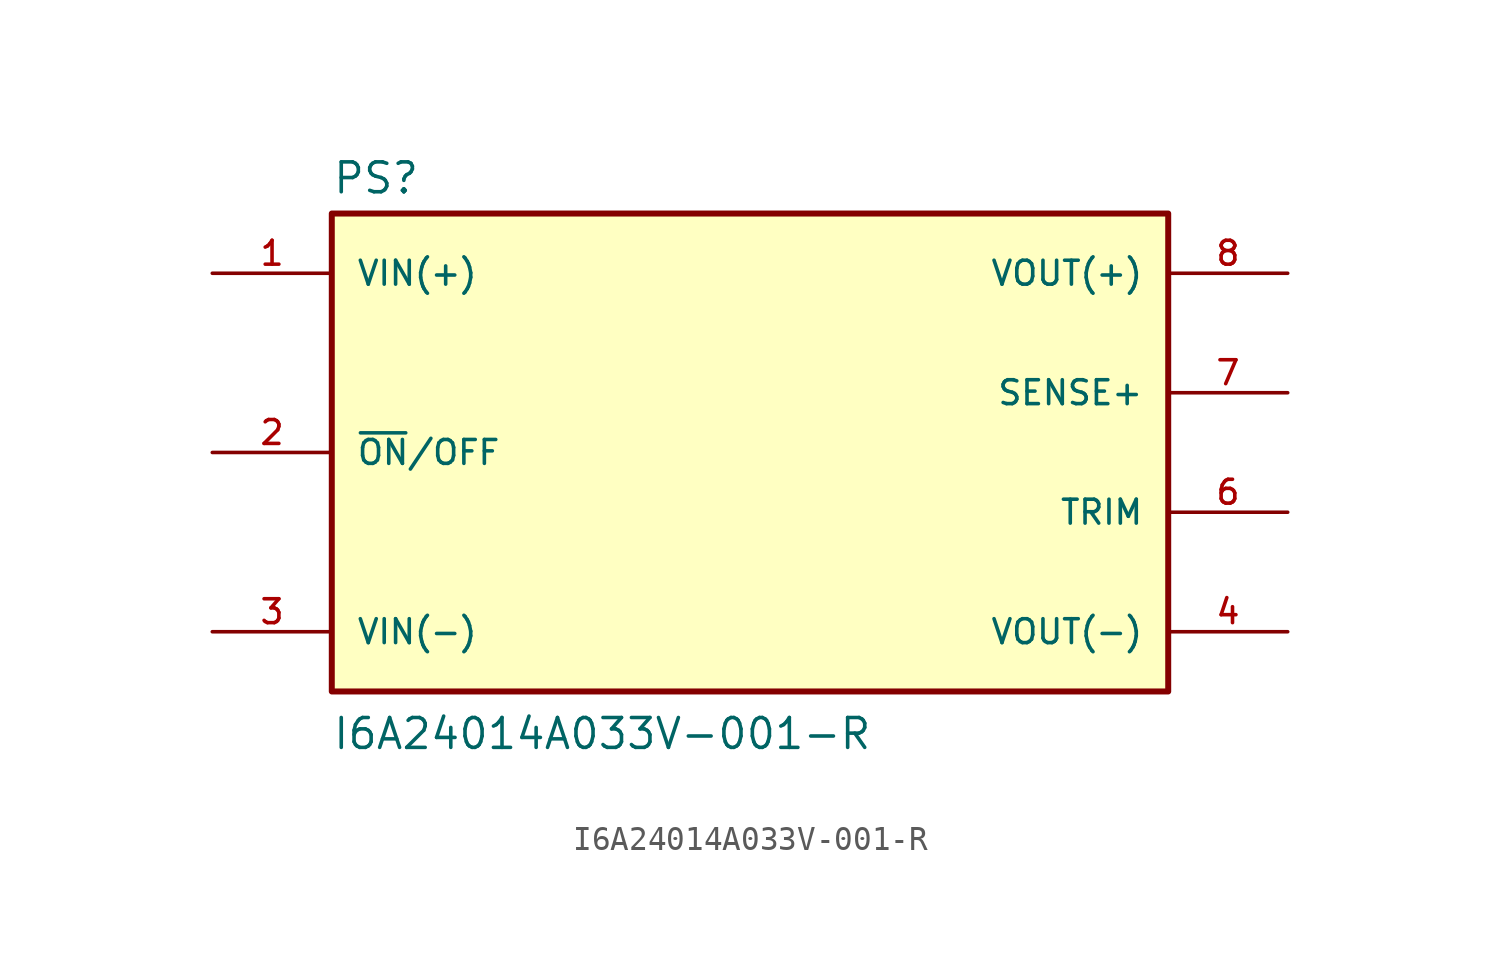
<source format=kicad_sym>
(kicad_symbol_lib
  (version 20211014)
  (generator kicad_symbol_editor)
  (symbol "I6A24014A033V-001-R"
    (pin_names
      (offset 1.016))
    (property "Reference" "PS"
      (at -17.78 10.922 0)
      (effects (font (size 1.27 1.27)) (justify bottom left)))
    (property "Value" "I6A24014A033V-001-R"
      (at -17.78 -12.7 0)
      (effects (font (size 1.27 1.27)) (justify bottom left)))
    (symbol "I6A24014A033V-001-R_0_0"
      (rectangle (start -17.78 -10.16) (end 17.78 10.16) (stroke (width 0.254)) (fill (type background)))
      (pin input line (at -22.86 7.62 0) (length 5.08) (name "VIN(+)" (effects (font (size 1.016 1.016)))) (number "1" (effects (font (size 1.016 1.016)))))
      (pin input line (at -22.86 0.0 0) (length 5.08) (name "~{ON}/OFF" (effects (font (size 1.016 1.016)))) (number "2" (effects (font (size 1.016 1.016)))))
      (pin input line (at -22.86 -7.62 0) (length 5.08) (name "VIN(-)" (effects (font (size 1.016 1.016)))) (number "3" (effects (font (size 1.016 1.016)))))
      (pin output line (at 22.86 -7.62 180.0) (length 5.08) (name "VOUT(-)" (effects (font (size 1.016 1.016)))) (number "4" (effects (font (size 1.016 1.016)))))
      (pin passive line (at 22.86 -2.54 180.0) (length 5.08) (name "TRIM" (effects (font (size 1.016 1.016)))) (number "6" (effects (font (size 1.016 1.016)))))
      (pin output line (at 22.86 7.62 180.0) (length 5.08) (name "VOUT(+)" (effects (font (size 1.016 1.016)))) (number "8" (effects (font (size 1.016 1.016)))))
      (pin input line (at 22.86 2.54 180.0) (length 5.08) (name "SENSE+" (effects (font (size 1.016 1.016)))) (number "7" (effects (font (size 1.016 1.016))))))))
</source>
